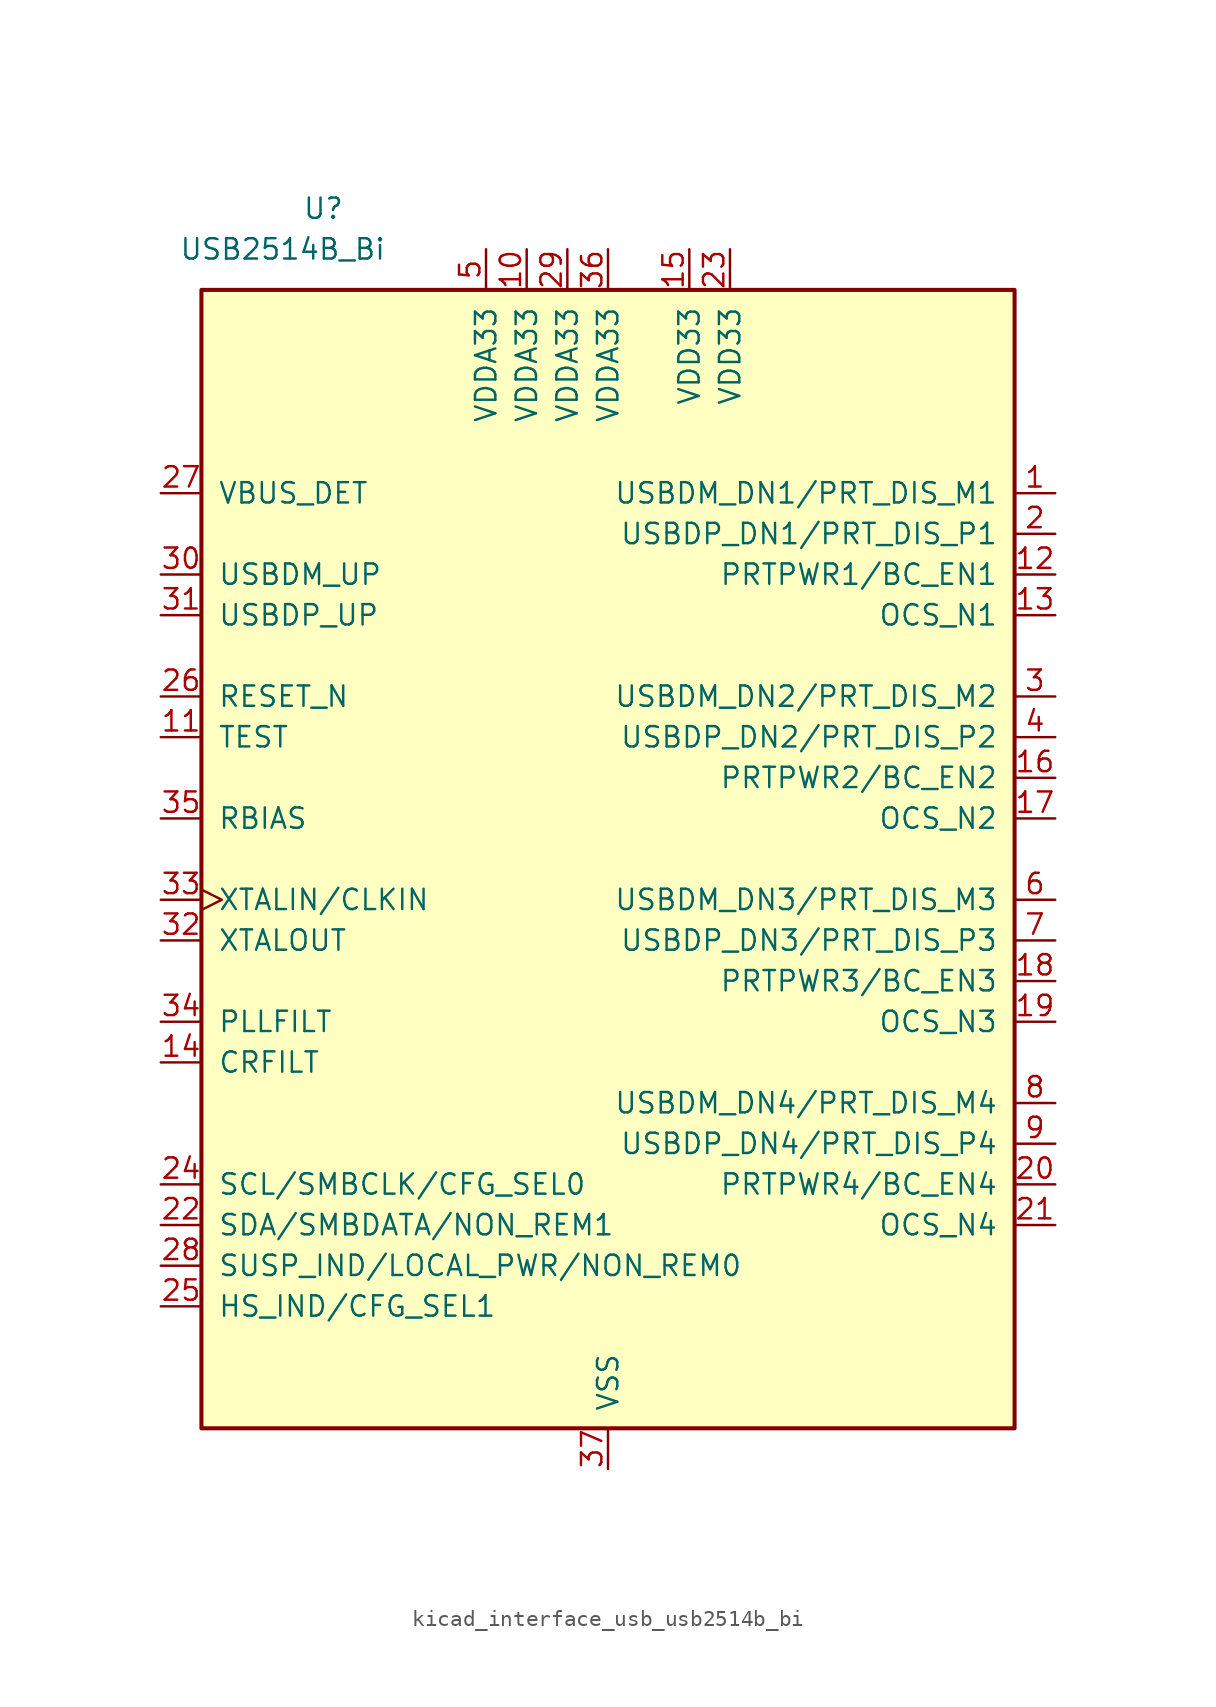
<source format=kicad_sym>
(kicad_symbol_lib
  (version 20220914)
  (generator kicad_symbol_editor)
  (symbol "kicad_interface_usb_usb2514b_bi"
    (pin_names
      (offset 1.016))
    (property "Reference" "U"
      (at -17.78 40.64 0)
      (effects (font (size 1.27 1.27))))
    (property "Value" "USB2514B_Bi"
      (at -20.32 38.1 0)
      (effects (font (size 1.27 1.27))))
    (symbol "kicad_interface_usb_usb2514b_bi_0_1"
      (rectangle (start -25.4 35.56) (end 25.4 -35.56) (stroke (width 0.254) (type default)) (fill (type background))))
    (symbol "kicad_interface_usb_usb2514b_bi_1_1"
      (pin bidirectional line (at 27.94 22.86 180) (length 2.54) (name "USBDM_DN1/PRT_DIS_M1" (effects (font (size 1.27 1.27)))) (number "1" (effects (font (size 1.27 1.27)))))
      (pin power_in line (at -5.08 38.1 270) (length 2.54) (name "VDDA33" (effects (font (size 1.27 1.27)))) (number "10" (effects (font (size 1.27 1.27)))))
      (pin input line (at -27.94 7.62 0) (length 2.54) (name "TEST" (effects (font (size 1.27 1.27)))) (number "11" (effects (font (size 1.27 1.27)))))
      (pin bidirectional line (at 27.94 17.78 180) (length 2.54) (name "PRTPWR1/BC_EN1" (effects (font (size 1.27 1.27)))) (number "12" (effects (font (size 1.27 1.27)))))
      (pin input line (at 27.94 15.24 180) (length 2.54) (name "OCS_N1" (effects (font (size 1.27 1.27)))) (number "13" (effects (font (size 1.27 1.27)))))
      (pin input line (at -27.94 -12.7 0) (length 2.54) (name "CRFILT" (effects (font (size 1.27 1.27)))) (number "14" (effects (font (size 1.27 1.27)))))
      (pin power_in line (at 5.08 38.1 270) (length 2.54) (name "VDD33" (effects (font (size 1.27 1.27)))) (number "15" (effects (font (size 1.27 1.27)))))
      (pin bidirectional line (at 27.94 5.08 180) (length 2.54) (name "PRTPWR2/BC_EN2" (effects (font (size 1.27 1.27)))) (number "16" (effects (font (size 1.27 1.27)))))
      (pin input line (at 27.94 2.54 180) (length 2.54) (name "OCS_N2" (effects (font (size 1.27 1.27)))) (number "17" (effects (font (size 1.27 1.27)))))
      (pin bidirectional line (at 27.94 -7.62 180) (length 2.54) (name "PRTPWR3/BC_EN3" (effects (font (size 1.27 1.27)))) (number "18" (effects (font (size 1.27 1.27)))))
      (pin input line (at 27.94 -10.16 180) (length 2.54) (name "OCS_N3" (effects (font (size 1.27 1.27)))) (number "19" (effects (font (size 1.27 1.27)))))
      (pin bidirectional line (at 27.94 20.32 180) (length 2.54) (name "USBDP_DN1/PRT_DIS_P1" (effects (font (size 1.27 1.27)))) (number "2" (effects (font (size 1.27 1.27)))))
      (pin bidirectional line (at 27.94 -20.32 180) (length 2.54) (name "PRTPWR4/BC_EN4" (effects (font (size 1.27 1.27)))) (number "20" (effects (font (size 1.27 1.27)))))
      (pin input line (at 27.94 -22.86 180) (length 2.54) (name "OCS_N4" (effects (font (size 1.27 1.27)))) (number "21" (effects (font (size 1.27 1.27)))))
      (pin bidirectional line (at -27.94 -22.86 0) (length 2.54) (name "SDA/SMBDATA/NON_REM1" (effects (font (size 1.27 1.27)))) (number "22" (effects (font (size 1.27 1.27)))))
      (pin power_in line (at 7.62 38.1 270) (length 2.54) (name "VDD33" (effects (font (size 1.27 1.27)))) (number "23" (effects (font (size 1.27 1.27)))))
      (pin bidirectional line (at -27.94 -20.32 0) (length 2.54) (name "SCL/SMBCLK/CFG_SEL0" (effects (font (size 1.27 1.27)))) (number "24" (effects (font (size 1.27 1.27)))))
      (pin bidirectional line (at -27.94 -27.94 0) (length 2.54) (name "HS_IND/CFG_SEL1" (effects (font (size 1.27 1.27)))) (number "25" (effects (font (size 1.27 1.27)))))
      (pin input line (at -27.94 10.16 0) (length 2.54) (name "RESET_N" (effects (font (size 1.27 1.27)))) (number "26" (effects (font (size 1.27 1.27)))))
      (pin input line (at -27.94 22.86 0) (length 2.54) (name "VBUS_DET" (effects (font (size 1.27 1.27)))) (number "27" (effects (font (size 1.27 1.27)))))
      (pin bidirectional line (at -27.94 -25.4 0) (length 2.54) (name "SUSP_IND/LOCAL_PWR/NON_REM0" (effects (font (size 1.27 1.27)))) (number "28" (effects (font (size 1.27 1.27)))))
      (pin power_in line (at -2.54 38.1 270) (length 2.54) (name "VDDA33" (effects (font (size 1.27 1.27)))) (number "29" (effects (font (size 1.27 1.27)))))
      (pin bidirectional line (at 27.94 10.16 180) (length 2.54) (name "USBDM_DN2/PRT_DIS_M2" (effects (font (size 1.27 1.27)))) (number "3" (effects (font (size 1.27 1.27)))))
      (pin bidirectional line (at -27.94 17.78 0) (length 2.54) (name "USBDM_UP" (effects (font (size 1.27 1.27)))) (number "30" (effects (font (size 1.27 1.27)))))
      (pin bidirectional line (at -27.94 15.24 0) (length 2.54) (name "USBDP_UP" (effects (font (size 1.27 1.27)))) (number "31" (effects (font (size 1.27 1.27)))))
      (pin output line (at -27.94 -5.08 0) (length 2.54) (name "XTALOUT" (effects (font (size 1.27 1.27)))) (number "32" (effects (font (size 1.27 1.27)))))
      (pin input clock (at -27.94 -2.54 0) (length 2.54) (name "XTALIN/CLKIN" (effects (font (size 1.27 1.27)))) (number "33" (effects (font (size 1.27 1.27)))))
      (pin input line (at -27.94 -10.16 0) (length 2.54) (name "PLLFILT" (effects (font (size 1.27 1.27)))) (number "34" (effects (font (size 1.27 1.27)))))
      (pin input line (at -27.94 2.54 0) (length 2.54) (name "RBIAS" (effects (font (size 1.27 1.27)))) (number "35" (effects (font (size 1.27 1.27)))))
      (pin power_in line (at 0 38.1 270) (length 2.54) (name "VDDA33" (effects (font (size 1.27 1.27)))) (number "36" (effects (font (size 1.27 1.27)))))
      (pin power_in line (at 0 -38.1 90) (length 2.54) (name "VSS" (effects (font (size 1.27 1.27)))) (number "37" (effects (font (size 1.27 1.27)))))
      (pin bidirectional line (at 27.94 7.62 180) (length 2.54) (name "USBDP_DN2/PRT_DIS_P2" (effects (font (size 1.27 1.27)))) (number "4" (effects (font (size 1.27 1.27)))))
      (pin power_in line (at -7.62 38.1 270) (length 2.54) (name "VDDA33" (effects (font (size 1.27 1.27)))) (number "5" (effects (font (size 1.27 1.27)))))
      (pin bidirectional line (at 27.94 -2.54 180) (length 2.54) (name "USBDM_DN3/PRT_DIS_M3" (effects (font (size 1.27 1.27)))) (number "6" (effects (font (size 1.27 1.27)))))
      (pin bidirectional line (at 27.94 -5.08 180) (length 2.54) (name "USBDP_DN3/PRT_DIS_P3" (effects (font (size 1.27 1.27)))) (number "7" (effects (font (size 1.27 1.27)))))
      (pin bidirectional line (at 27.94 -15.24 180) (length 2.54) (name "USBDM_DN4/PRT_DIS_M4" (effects (font (size 1.27 1.27)))) (number "8" (effects (font (size 1.27 1.27)))))
      (pin bidirectional line (at 27.94 -17.78 180) (length 2.54) (name "USBDP_DN4/PRT_DIS_P4" (effects (font (size 1.27 1.27)))) (number "9" (effects (font (size 1.27 1.27))))))))
</source>
